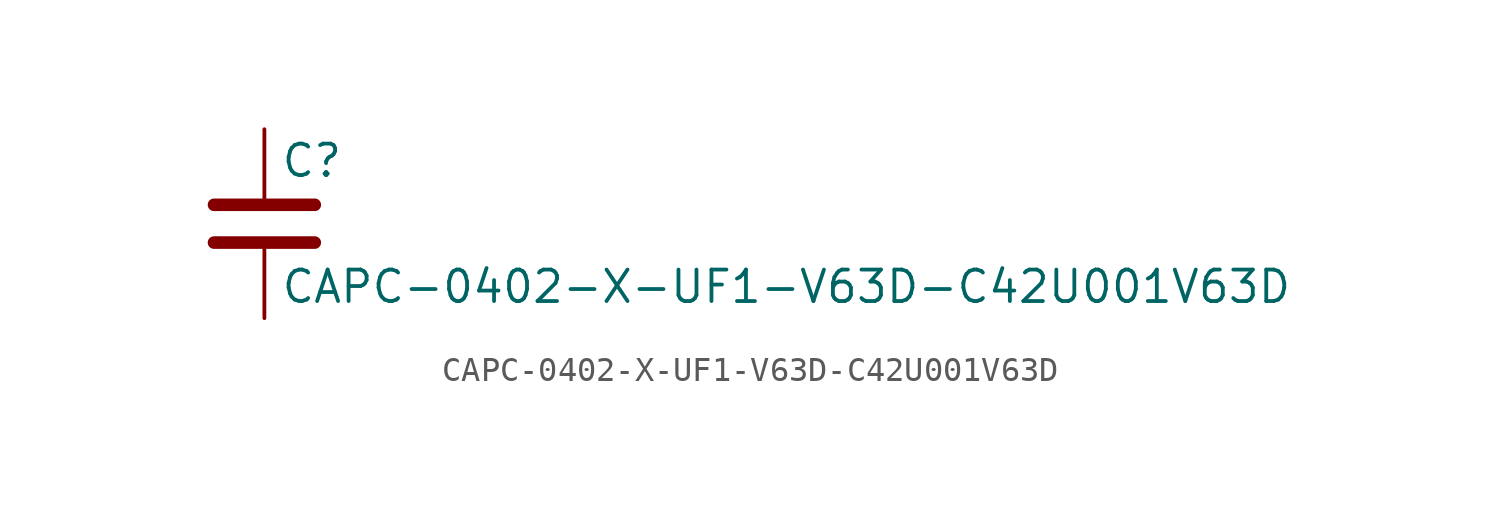
<source format=kicad_sym>
(kicad_symbol_lib
  (version 20211014)
  (generator kicad_symbol_editor)
  (symbol "CAPC-0402-X-UF1-V63D-C42U001V63D"
    (pin_numbers hide)
    (pin_names
      (offset 0.254))
    (property "Reference" "C"
      (at 0.635 2.54 0)
      (effects (font (size 1.27 1.27)) (justify left)))
    (property "Value" "CAPC-0402-X-UF1-V63D-C42U001V63D"
      (at 0.635 -2.54 0)
      (effects (font (size 1.27 1.27)) (justify left)))
    (symbol "CAPC-0402-X-UF1-V63D-C42U001V63D_0_1"
      (polyline (pts (xy -2.032 -0.762) (xy 2.032 -0.762)) (stroke (width 0.508) (type default) (color 0 0 0 0)) (fill (type none)))
      (polyline (pts (xy -2.032 0.762) (xy 2.032 0.762)) (stroke (width 0.508) (type default) (color 0 0 0 0)) (fill (type none))))
    (symbol "CAPC-0402-X-UF1-V63D-C42U001V63D_1_1"
      (pin passive line (at 0 3.81 270) (length 2.794) (name "~" (effects (font (size 1.27 1.27)))) (number "1" (effects (font (size 1.27 1.27)))))
      (pin passive line (at 0 -3.81 90) (length 2.794) (name "~" (effects (font (size 1.27 1.27)))) (number "2" (effects (font (size 1.27 1.27))))))))
</source>
